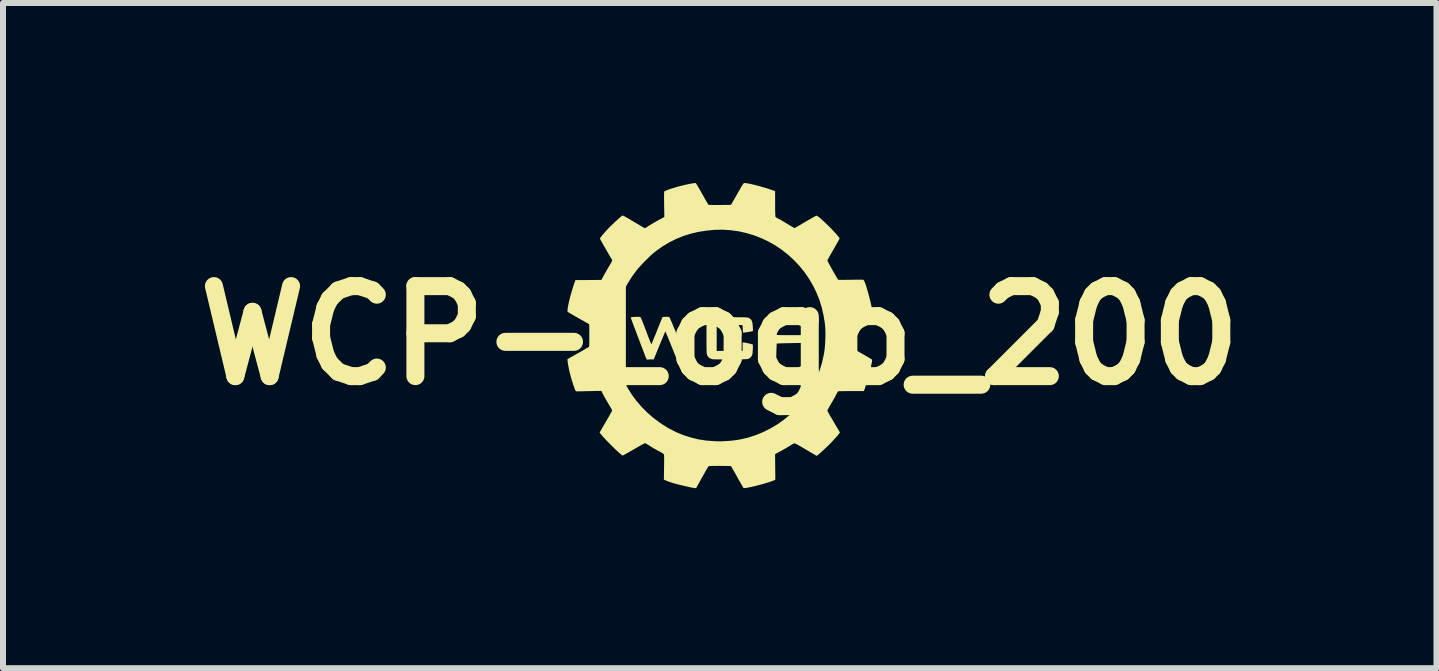
<source format=kicad_pcb>
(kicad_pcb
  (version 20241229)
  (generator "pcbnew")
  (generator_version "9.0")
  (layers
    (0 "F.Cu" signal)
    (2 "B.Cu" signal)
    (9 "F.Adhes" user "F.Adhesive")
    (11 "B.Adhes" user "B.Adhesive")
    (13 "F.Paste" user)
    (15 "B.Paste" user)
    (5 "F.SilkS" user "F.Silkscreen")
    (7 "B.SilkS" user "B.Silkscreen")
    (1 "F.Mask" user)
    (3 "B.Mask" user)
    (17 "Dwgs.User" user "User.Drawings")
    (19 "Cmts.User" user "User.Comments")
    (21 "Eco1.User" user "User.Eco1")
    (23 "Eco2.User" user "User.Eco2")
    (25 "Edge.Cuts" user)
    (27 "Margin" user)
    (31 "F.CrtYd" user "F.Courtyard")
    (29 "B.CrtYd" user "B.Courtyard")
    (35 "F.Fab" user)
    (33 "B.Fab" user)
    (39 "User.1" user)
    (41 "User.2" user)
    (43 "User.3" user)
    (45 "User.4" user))
  (footprint "WCP-Logo_200"
    (layer "F.Cu")
    (at 8.943 2.539)
    (property "Reference" "WCP-Logo_200" (at 0 0 0) (layer "F.SilkS") (effects (font (size 1.5 1.5) (thickness 0.3))))
    (attr board_only exclude_from_pos_files exclude_from_bom)
    (fp_poly (pts (xy 0.125 -0.304) (xy 0.178 -0.304) (xy 0.239 -0.304) (xy 0.291 -0.303) (xy 0.334 -0.303) (xy 0.37 -0.302) (xy 0.399 -0.302) (xy 0.422 -0.301) (xy 0.439 -0.3) (xy 0.453 -0.299) (xy 0.463 -0.298) (xy 0.471 -0.296) (xy 0.476 -0.295) (xy 0.48 -0.293) (xy 0.501 -0.282) (xy 0.518 -0.268) (xy 0.53 -0.251) (xy 0.539 -0.229) (xy 0.545 -0.2) (xy 0.549 -0.162) (xy 0.55 -0.152) (xy 0.552 -0.126) (xy 0.553 -0.103) (xy 0.553 -0.086) (xy 0.553 -0.076) (xy 0.552 -0.075) (xy 0.547 -0.072) (xy 0.534 -0.067) (xy 0.512 -0.063) (xy 0.48 -0.058) (xy 0.47 -0.056) (xy 0.443 -0.052) (xy 0.42 -0.049) (xy 0.401 -0.047) (xy 0.391 -0.047) (xy 0.388 -0.047) (xy 0.387 -0.052) (xy 0.386 -0.066) (xy 0.384 -0.086) (xy 0.383 -0.11) (xy 0.383 -0.111) (xy 0.379 -0.173) (xy 0.164 -0.173) (xy -0.051 -0.173) (xy -0.051 0.043) (xy -0.051 0.259) (xy 0.165 0.259) (xy 0.381 0.259) (xy 0.381 0.188) (xy 0.381 0.117) (xy 0.395 0.117) (xy 0.406 0.118) (xy 0.424 0.121) (xy 0.446 0.125) (xy 0.47 0.131) (xy 0.495 0.136) (xy 0.517 0.142) (xy 0.535 0.147) (xy 0.547 0.15) (xy 0.55 0.152) (xy 0.552 0.159) (xy 0.552 0.176) (xy 0.552 0.201) (xy 0.55 0.233) (xy 0.55 0.238) (xy 0.548 0.27) (xy 0.546 0.293) (xy 0.544 0.309) (xy 0.541 0.322) (xy 0.537 0.332) (xy 0.532 0.341) (xy 0.531 0.343) (xy 0.519 0.36) (xy 0.503 0.375) (xy 0.497 0.38) (xy 0.487 0.386) (xy 0.477 0.39) (xy 0.465 0.393) (xy 0.449 0.395) (xy 0.425 0.396) (xy 0.412 0.397) (xy 0.39 0.398) (xy 0.361 0.399) (xy 0.326 0.399) (xy 0.286 0.4) (xy 0.243 0.4) (xy 0.197 0.4) (xy 0.15 0.4) (xy 0.103 0.4) (xy 0.057 0.4) (xy 0.013 0.4) (xy -0.026 0.399) (xy -0.061 0.399) (xy -0.09 0.398) (xy -0.111 0.397) (xy -0.124 0.396) (xy -0.125 0.396) (xy -0.158 0.385) (xy -0.185 0.367) (xy -0.204 0.341) (xy -0.212 0.32) (xy -0.214 0.313) (xy -0.216 0.304) (xy -0.217 0.293) (xy -0.218 0.279) (xy -0.219 0.261) (xy -0.22 0.238) (xy -0.22 0.209) (xy -0.221 0.173) (xy -0.221 0.129) (xy -0.221 0.077) (xy -0.221 0.043) (xy -0.221 -0.014) (xy -0.221 -0.062) (xy -0.221 -0.102) (xy -0.22 -0.134) (xy -0.22 -0.16) (xy -0.219 -0.18) (xy -0.218 -0.195) (xy -0.217 -0.207) (xy -0.216 -0.216) (xy -0.214 -0.223) (xy -0.212 -0.23) (xy -0.212 -0.23) (xy -0.197 -0.256) (xy -0.174 -0.278) (xy -0.148 -0.294) (xy -0.13 -0.3) (xy -0.119 -0.301) (xy -0.101 -0.302) (xy -0.073 -0.303) (xy -0.038 -0.304) (xy 0.007 -0.304) (xy 0.061 -0.304)) (stroke (width 0) (type solid)) (fill yes) (layer "F.SilkS"))
    (fp_poly (pts (xy 0.894 -0.307) (xy 0.937 -0.307) (xy 0.986 -0.306) (xy 1.039 -0.306) (xy 1.096 -0.306) (xy 1.123 -0.305) (xy 1.46 -0.302) (xy 1.483 -0.29) (xy 1.5 -0.277) (xy 1.516 -0.261) (xy 1.521 -0.255) (xy 1.537 -0.233) (xy 1.538 -0.102) (xy 1.539 -0.058) (xy 1.539 -0.023) (xy 1.538 0.005) (xy 1.537 0.027) (xy 1.534 0.044) (xy 1.53 0.057) (xy 1.525 0.068) (xy 1.518 0.077) (xy 1.512 0.085) (xy 1.505 0.093) (xy 1.498 0.1) (xy 1.491 0.106) (xy 1.482 0.111) (xy 1.471 0.115) (xy 1.456 0.118) (xy 1.438 0.12) (xy 1.415 0.122) (xy 1.386 0.124) (xy 1.35 0.125) (xy 1.307 0.126) (xy 1.255 0.127) (xy 1.201 0.128) (xy 1.152 0.129) (xy 1.106 0.13) (xy 1.064 0.131) (xy 1.027 0.132) (xy 0.996 0.133) (xy 0.972 0.134) (xy 0.957 0.135) (xy 0.95 0.136) (xy 0.95 0.136) (xy 0.949 0.141) (xy 0.948 0.155) (xy 0.947 0.177) (xy 0.946 0.205) (xy 0.945 0.237) (xy 0.944 0.264) (xy 0.943 0.299) (xy 0.942 0.331) (xy 0.941 0.358) (xy 0.94 0.378) (xy 0.938 0.392) (xy 0.938 0.396) (xy 0.932 0.398) (xy 0.918 0.399) (xy 0.898 0.4) (xy 0.875 0.401) (xy 0.85 0.401) (xy 0.826 0.401) (xy 0.805 0.401) (xy 0.79 0.4) (xy 0.781 0.398) (xy 0.781 0.398) (xy 0.78 0.392) (xy 0.779 0.378) (xy 0.779 0.355) (xy 0.778 0.325) (xy 0.778 0.289) (xy 0.778 0.248) (xy 0.778 0.202) (xy 0.777 0.154) (xy 0.777 0.103) (xy 0.777 0.052) (xy 0.777 -0.000259) (xy 0.777 -0.051) (xy 0.778 -0.099) (xy 0.945 -0.099) (xy 0.945 -0.072) (xy 0.946 -0.047) (xy 0.946 -0.028) (xy 0.947 -0.016) (xy 0.948 -0.013) (xy 0.95 -0.011) (xy 0.954 -0.009) (xy 0.961 -0.008) (xy 0.972 -0.007) (xy 0.988 -0.006) (xy 1.01 -0.006) (xy 1.039 -0.005) (xy 1.075 -0.005) (xy 1.121 -0.005) (xy 1.151 -0.005) (xy 1.352 -0.005) (xy 1.364 -0.018) (xy 1.37 -0.023) (xy 1.373 -0.03) (xy 1.375 -0.039) (xy 1.376 -0.053) (xy 1.377 -0.073) (xy 1.377 -0.09) (xy 1.376 -0.12) (xy 1.375 -0.14) (xy 1.372 -0.154) (xy 1.366 -0.163) (xy 1.357 -0.169) (xy 1.344 -0.173) (xy 1.344 -0.173) (xy 1.334 -0.174) (xy 1.315 -0.175) (xy 1.289 -0.176) (xy 1.257 -0.177) (xy 1.219 -0.177) (xy 1.178 -0.178) (xy 1.134 -0.178) (xy 1.134 -0.178) (xy 0.945 -0.178) (xy 0.945 -0.099) (xy 0.778 -0.099) (xy 0.778 -0.1) (xy 0.778 -0.146) (xy 0.778 -0.188) (xy 0.779 -0.226) (xy 0.779 -0.257) (xy 0.78 -0.282) (xy 0.78 -0.298) (xy 0.781 -0.306) (xy 0.781 -0.306) (xy 0.787 -0.307) (xy 0.802 -0.307) (xy 0.825 -0.307) (xy 0.856 -0.307)) (stroke (width 0) (type solid)) (fill yes) (layer "F.SilkS"))
    (fp_poly (pts (xy -0.872 -0.31) (xy -0.856 -0.309) (xy -0.845 -0.306) (xy -0.839 -0.303) (xy -0.837 -0.301) (xy -0.834 -0.295) (xy -0.827 -0.28) (xy -0.817 -0.257) (xy -0.805 -0.229) (xy -0.79 -0.195) (xy -0.774 -0.156) (xy -0.757 -0.114) (xy -0.744 -0.084) (xy -0.723 -0.031) (xy -0.704 0.014) (xy -0.689 0.051) (xy -0.677 0.08) (xy -0.667 0.103) (xy -0.66 0.12) (xy -0.654 0.132) (xy -0.65 0.14) (xy -0.647 0.144) (xy -0.645 0.145) (xy -0.644 0.145) (xy -0.643 0.142) (xy -0.643 0.142) (xy -0.641 0.136) (xy -0.635 0.121) (xy -0.627 0.099) (xy -0.617 0.07) (xy -0.604 0.036) (xy -0.59 -0.003) (xy -0.574 -0.046) (xy -0.561 -0.081) (xy -0.545 -0.126) (xy -0.529 -0.167) (xy -0.515 -0.205) (xy -0.503 -0.238) (xy -0.493 -0.265) (xy -0.485 -0.285) (xy -0.48 -0.297) (xy -0.478 -0.301) (xy -0.472 -0.303) (xy -0.457 -0.305) (xy -0.438 -0.306) (xy -0.415 -0.308) (xy -0.392 -0.309) (xy -0.371 -0.309) (xy -0.354 -0.309) (xy -0.344 -0.308) (xy -0.344 -0.308) (xy -0.335 -0.304) (xy -0.333 -0.298) (xy -0.335 -0.291) (xy -0.339 -0.279) (xy -0.346 -0.258) (xy -0.356 -0.231) (xy -0.369 -0.198) (xy -0.383 -0.159) (xy -0.399 -0.117) (xy -0.417 -0.071) (xy -0.435 -0.023) (xy -0.454 0.027) (xy -0.473 0.077) (xy -0.493 0.126) (xy -0.511 0.174) (xy -0.529 0.22) (xy -0.546 0.262) (xy -0.561 0.3) (xy -0.574 0.333) (xy -0.585 0.36) (xy -0.593 0.38) (xy -0.599 0.392) (xy -0.6 0.395) (xy -0.608 0.398) (xy -0.623 0.4) (xy -0.643 0.401) (xy -0.664 0.402) (xy -0.685 0.401) (xy -0.702 0.399) (xy -0.713 0.396) (xy -0.715 0.395) (xy -0.718 0.389) (xy -0.724 0.375) (xy -0.734 0.353) (xy -0.745 0.325) (xy -0.759 0.291) (xy -0.774 0.254) (xy -0.791 0.213) (xy -0.799 0.193) (xy -0.816 0.15) (xy -0.833 0.108) (xy -0.849 0.069) (xy -0.863 0.034) (xy -0.875 0.005) (xy -0.885 -0.017) (xy -0.891 -0.032) (xy -0.892 -0.035) (xy -0.907 -0.068) (xy -1.004 0.165) (xy -1.1 0.399) (xy -1.159 0.4) (xy -1.217 0.402) (xy -1.224 0.388) (xy -1.227 0.379) (xy -1.234 0.362) (xy -1.244 0.338) (xy -1.255 0.307) (xy -1.269 0.271) (xy -1.285 0.23) (xy -1.302 0.186) (xy -1.32 0.139) (xy -1.338 0.091) (xy -1.357 0.041) (xy -1.376 -0.008) (xy -1.394 -0.057) (xy -1.411 -0.103) (xy -1.428 -0.147) (xy -1.443 -0.187) (xy -1.456 -0.222) (xy -1.467 -0.251) (xy -1.475 -0.274) (xy -1.481 -0.29) (xy -1.483 -0.297) (xy -1.483 -0.297) (xy -1.479 -0.301) (xy -1.465 -0.304) (xy -1.444 -0.307) (xy -1.418 -0.309) (xy -1.387 -0.31) (xy -1.367 -0.31) (xy -1.346 -0.31) (xy -1.333 -0.308) (xy -1.324 -0.305) (xy -1.318 -0.299) (xy -1.318 -0.298) (xy -1.313 -0.291) (xy -1.306 -0.275) (xy -1.296 -0.252) (xy -1.285 -0.224) (xy -1.272 -0.191) (xy -1.257 -0.154) (xy -1.25 -0.135) (xy -1.227 -0.075) (xy -1.208 -0.023) (xy -1.192 0.02) (xy -1.178 0.055) (xy -1.167 0.083) (xy -1.158 0.106) (xy -1.151 0.122) (xy -1.146 0.133) (xy -1.142 0.141) (xy -1.14 0.144) (xy -1.138 0.144) (xy -1.138 0.144) (xy -1.135 0.139) (xy -1.129 0.125) (xy -1.12 0.103) (xy -1.109 0.075) (xy -1.095 0.041) (xy -1.079 0.003) (xy -1.062 -0.039) (xy -1.046 -0.079) (xy -1.029 -0.123) (xy -1.012 -0.165) (xy -0.996 -0.203) (xy -0.982 -0.237) (xy -0.971 -0.264) (xy -0.962 -0.285) (xy -0.956 -0.299) (xy -0.954 -0.304) (xy -0.946 -0.307) (xy -0.929 -0.309) (xy -0.903 -0.31) (xy -0.897 -0.31)) (stroke (width 0) (type solid)) (fill yes) (layer "F.SilkS"))
    (fp_poly (pts (xy 0.425 -2.539) (xy 0.449 -2.536) (xy 0.48 -2.53) (xy 0.518 -2.523) (xy 0.56 -2.513) (xy 0.605 -2.502) (xy 0.653 -2.49) (xy 0.701 -2.476) (xy 0.749 -2.462) (xy 0.795 -2.448) (xy 0.813 -2.442) (xy 0.922 -2.405) (xy 0.923 -2.193) (xy 0.923 -2.138) (xy 0.923 -2.092) (xy 0.924 -2.055) (xy 0.925 -2.026) (xy 0.926 -2.004) (xy 0.927 -1.988) (xy 0.928 -1.978) (xy 0.93 -1.974) (xy 0.93 -1.973) (xy 0.937 -1.968) (xy 0.951 -1.959) (xy 0.969 -1.949) (xy 0.986 -1.94) (xy 1.006 -1.93) (xy 1.031 -1.915) (xy 1.062 -1.897) (xy 1.094 -1.878) (xy 1.127 -1.858) (xy 1.139 -1.851) (xy 1.168 -1.833) (xy 1.194 -1.818) (xy 1.216 -1.805) (xy 1.233 -1.795) (xy 1.243 -1.789) (xy 1.246 -1.788) (xy 1.251 -1.791) (xy 1.264 -1.798) (xy 1.284 -1.809) (xy 1.309 -1.824) (xy 1.34 -1.841) (xy 1.374 -1.862) (xy 1.412 -1.884) (xy 1.424 -1.891) (xy 1.462 -1.913) (xy 1.498 -1.934) (xy 1.531 -1.953) (xy 1.559 -1.969) (xy 1.582 -1.982) (xy 1.599 -1.991) (xy 1.608 -1.995) (xy 1.609 -1.995) (xy 1.616 -1.995) (xy 1.626 -1.99) (xy 1.64 -1.981) (xy 1.658 -1.967) (xy 1.681 -1.947) (xy 1.71 -1.921) (xy 1.745 -1.889) (xy 1.759 -1.876) (xy 1.791 -1.845) (xy 1.824 -1.813) (xy 1.856 -1.78) (xy 1.887 -1.748) (xy 1.916 -1.717) (xy 1.941 -1.689) (xy 1.963 -1.664) (xy 1.98 -1.643) (xy 1.991 -1.627) (xy 1.996 -1.617) (xy 1.996 -1.616) (xy 1.994 -1.609) (xy 1.987 -1.595) (xy 1.976 -1.574) (xy 1.961 -1.547) (xy 1.943 -1.516) (xy 1.923 -1.481) (xy 1.901 -1.443) (xy 1.895 -1.432) (xy 1.872 -1.393) (xy 1.852 -1.357) (xy 1.833 -1.324) (xy 1.818 -1.296) (xy 1.806 -1.273) (xy 1.797 -1.257) (xy 1.793 -1.248) (xy 1.793 -1.247) (xy 1.796 -1.241) (xy 1.803 -1.227) (xy 1.813 -1.207) (xy 1.827 -1.182) (xy 1.843 -1.152) (xy 1.86 -1.121) (xy 1.878 -1.088) (xy 1.897 -1.055) (xy 1.915 -1.024) (xy 1.932 -0.995) (xy 1.947 -0.969) (xy 1.959 -0.949) (xy 1.968 -0.935) (xy 1.973 -0.928) (xy 1.973 -0.928) (xy 1.979 -0.927) (xy 1.994 -0.927) (xy 2.017 -0.926) (xy 2.047 -0.926) (xy 2.083 -0.926) (xy 2.123 -0.927) (xy 2.167 -0.927) (xy 2.18 -0.927) (xy 2.224 -0.928) (xy 2.266 -0.929) (xy 2.304 -0.929) (xy 2.336 -0.929) (xy 2.362 -0.929) (xy 2.381 -0.928) (xy 2.391 -0.928) (xy 2.392 -0.927) (xy 2.399 -0.92) (xy 2.409 -0.904) (xy 2.42 -0.878) (xy 2.433 -0.844) (xy 2.446 -0.801) (xy 2.461 -0.751) (xy 2.477 -0.693) (xy 2.494 -0.629) (xy 2.5 -0.607) (xy 2.513 -0.553) (xy 2.523 -0.509) (xy 2.531 -0.472) (xy 2.536 -0.443) (xy 2.538 -0.422) (xy 2.539 -0.406) (xy 2.537 -0.397) (xy 2.535 -0.394) (xy 2.529 -0.39) (xy 2.515 -0.382) (xy 2.494 -0.37) (xy 2.468 -0.354) (xy 2.436 -0.336) (xy 2.401 -0.316) (xy 2.363 -0.294) (xy 2.355 -0.29) (xy 2.316 -0.268) (xy 2.281 -0.247) (xy 2.249 -0.229) (xy 2.222 -0.213) (xy 2.2 -0.2) (xy 2.186 -0.191) (xy 2.179 -0.187) (xy 2.178 -0.186) (xy 2.177 -0.18) (xy 2.177 -0.165) (xy 2.176 -0.142) (xy 2.176 -0.112) (xy 2.175 -0.077) (xy 2.175 -0.037) (xy 2.176 0.006) (xy 2.176 0.007) (xy 2.177 0.194) (xy 2.355 0.295) (xy 2.393 0.317) (xy 2.43 0.338) (xy 2.462 0.357) (xy 2.49 0.373) (xy 2.512 0.387) (xy 2.528 0.397) (xy 2.536 0.402) (xy 2.537 0.403) (xy 2.538 0.411) (xy 2.537 0.429) (xy 2.533 0.454) (xy 2.527 0.486) (xy 2.519 0.525) (xy 2.509 0.568) (xy 2.499 0.614) (xy 2.493 0.634) (xy 2.486 0.661) (xy 2.477 0.693) (xy 2.467 0.728) (xy 2.456 0.764) (xy 2.445 0.799) (xy 2.434 0.833) (xy 2.424 0.863) (xy 2.416 0.888) (xy 2.41 0.906) (xy 2.406 0.914) (xy 2.4 0.927) (xy 2.192 0.927) (xy 2.147 0.927) (xy 2.104 0.928) (xy 2.066 0.928) (xy 2.033 0.929) (xy 2.007 0.929) (xy 1.987 0.93) (xy 1.977 0.931) (xy 1.975 0.931) (xy 1.97 0.936) (xy 1.961 0.949) (xy 1.95 0.968) (xy 1.938 0.99) (xy 1.935 0.995) (xy 1.923 1.02) (xy 1.906 1.05) (xy 1.887 1.084) (xy 1.867 1.118) (xy 1.849 1.149) (xy 1.832 1.177) (xy 1.818 1.203) (xy 1.806 1.225) (xy 1.797 1.241) (xy 1.793 1.251) (xy 1.793 1.252) (xy 1.795 1.257) (xy 1.799 1.266) (xy 1.806 1.28) (xy 1.816 1.299) (xy 1.83 1.324) (xy 1.848 1.355) (xy 1.871 1.393) (xy 1.897 1.438) (xy 1.928 1.49) (xy 1.964 1.551) (xy 1.98 1.578) (xy 1.99 1.595) (xy 1.998 1.609) (xy 2.001 1.617) (xy 2.002 1.618) (xy 1.998 1.625) (xy 1.989 1.637) (xy 1.974 1.655) (xy 1.955 1.678) (xy 1.932 1.704) (xy 1.906 1.732) (xy 1.879 1.762) (xy 1.866 1.776) (xy 1.836 1.807) (xy 1.801 1.842) (xy 1.762 1.879) (xy 1.723 1.915) (xy 1.685 1.949) (xy 1.652 1.978) (xy 1.645 1.984) (xy 1.616 2.007) (xy 1.536 1.961) (xy 1.505 1.943) (xy 1.469 1.921) (xy 1.43 1.899) (xy 1.392 1.876) (xy 1.358 1.856) (xy 1.324 1.836) (xy 1.295 1.82) (xy 1.271 1.808) (xy 1.255 1.801) (xy 1.247 1.798) (xy 1.236 1.801) (xy 1.219 1.809) (xy 1.196 1.822) (xy 1.168 1.839) (xy 1.167 1.84) (xy 1.1 1.88) (xy 1.032 1.919) (xy 0.967 1.954) (xy 0.957 1.959) (xy 0.922 1.978) (xy 0.924 2.19) (xy 0.926 2.402) (xy 0.914 2.41) (xy 0.9 2.417) (xy 0.877 2.426) (xy 0.847 2.436) (xy 0.812 2.448) (xy 0.771 2.46) (xy 0.728 2.473) (xy 0.682 2.486) (xy 0.636 2.498) (xy 0.591 2.509) (xy 0.548 2.52) (xy 0.509 2.528) (xy 0.474 2.535) (xy 0.457 2.538) (xy 0.432 2.542) (xy 0.416 2.544) (xy 0.405 2.544) (xy 0.398 2.543) (xy 0.394 2.54) (xy 0.39 2.534) (xy 0.382 2.52) (xy 0.37 2.499) (xy 0.355 2.473) (xy 0.337 2.441) (xy 0.317 2.406) (xy 0.295 2.368) (xy 0.29 2.357) (xy 0.268 2.318) (xy 0.248 2.283) (xy 0.229 2.25) (xy 0.213 2.223) (xy 0.201 2.201) (xy 0.192 2.186) (xy 0.187 2.179) (xy 0.186 2.178) (xy 0.18 2.177) (xy 0.165 2.177) (xy 0.143 2.176) (xy 0.114 2.175) (xy 0.082 2.175) (xy 0.046 2.175) (xy 0.008 2.174) (xy -0.029 2.174) (xy -0.066 2.175) (xy -0.1 2.175) (xy -0.129 2.175) (xy -0.154 2.176) (xy -0.171 2.176) (xy -0.18 2.177) (xy -0.181 2.177) (xy -0.185 2.181) (xy -0.193 2.19) (xy -0.203 2.206) (xy -0.217 2.229) (xy -0.235 2.259) (xy -0.256 2.298) (xy -0.282 2.344) (xy -0.293 2.362) (xy -0.394 2.545) (xy -0.411 2.544) (xy -0.422 2.543) (xy -0.44 2.54) (xy -0.465 2.536) (xy -0.494 2.53) (xy -0.525 2.523) (xy -0.528 2.522) (xy -0.612 2.503) (xy -0.686 2.485) (xy -0.751 2.468) (xy -0.807 2.451) (xy -0.856 2.434) (xy -0.897 2.418) (xy -0.902 2.416) (xy -0.931 2.403) (xy -0.928 2.198) (xy -0.927 2.144) (xy -0.927 2.1) (xy -0.926 2.064) (xy -0.927 2.035) (xy -0.927 2.014) (xy -0.928 1.998) (xy -0.929 1.988) (xy -0.931 1.982) (xy -0.931 1.981) (xy -0.939 1.973) (xy -0.956 1.961) (xy -0.982 1.946) (xy -1.013 1.929) (xy -1.047 1.911) (xy -1.084 1.89) (xy -1.122 1.868) (xy -1.155 1.847) (xy -1.162 1.843) (xy -1.186 1.828) (xy -1.208 1.815) (xy -1.226 1.804) (xy -1.238 1.797) (xy -1.242 1.795) (xy -1.248 1.797) (xy -1.263 1.804) (xy -1.285 1.815) (xy -1.314 1.831) (xy -1.35 1.851) (xy -1.392 1.875) (xy -1.429 1.897) (xy -1.468 1.919) (xy -1.505 1.94) (xy -1.538 1.959) (xy -1.567 1.975) (xy -1.59 1.988) (xy -1.607 1.997) (xy -1.616 2.001) (xy -1.617 2.002) (xy -1.625 1.998) (xy -1.639 1.988) (xy -1.658 1.972) (xy -1.681 1.952) (xy -1.708 1.927) (xy -1.738 1.899) (xy -1.769 1.869) (xy -1.802 1.837) (xy -1.835 1.804) (xy -1.866 1.772) (xy -1.897 1.74) (xy -1.924 1.71) (xy -1.936 1.697) (xy -1.956 1.675) (xy -1.974 1.654) (xy -1.988 1.637) (xy -1.998 1.626) (xy -2.001 1.62) (xy -2.002 1.62) (xy -1.999 1.615) (xy -1.992 1.601) (xy -1.981 1.582) (xy -1.966 1.556) (xy -1.948 1.525) (xy -1.928 1.49) (xy -1.906 1.453) (xy -1.897 1.438) (xy -1.875 1.399) (xy -1.854 1.363) (xy -1.835 1.33) (xy -1.819 1.301) (xy -1.806 1.278) (xy -1.798 1.261) (xy -1.794 1.251) (xy -1.793 1.25) (xy -1.796 1.242) (xy -1.803 1.227) (xy -1.814 1.207) (xy -1.828 1.184) (xy -1.838 1.167) (xy -1.857 1.136) (xy -1.877 1.102) (xy -1.897 1.067) (xy -1.917 1.033) (xy -1.934 1.001) (xy -1.949 0.973) (xy -1.959 0.951) (xy -1.963 0.943) (xy -1.971 0.925) (xy -2.015 0.925) (xy -2.032 0.925) (xy -2.056 0.925) (xy -2.088 0.926) (xy -2.125 0.927) (xy -2.165 0.928) (xy -2.207 0.929) (xy -2.225 0.929) (xy -2.265 0.93) (xy -2.302 0.931) (xy -2.334 0.932) (xy -2.361 0.932) (xy -2.381 0.932) (xy -2.393 0.932) (xy -2.396 0.931) (xy -2.401 0.925) (xy -2.409 0.91) (xy -2.418 0.888) (xy -2.428 0.859) (xy -2.44 0.826) (xy -2.452 0.788) (xy -2.465 0.748) (xy -2.477 0.706) (xy -2.488 0.664) (xy -2.495 0.641) (xy -2.502 0.609) (xy -2.51 0.576) (xy -2.517 0.541) (xy -2.523 0.507) (xy -2.529 0.475) (xy -2.533 0.446) (xy -2.536 0.423) (xy -2.538 0.406) (xy -2.537 0.397) (xy -2.537 0.396) (xy -2.531 0.393) (xy -2.518 0.385) (xy -2.498 0.373) (xy -2.472 0.358) (xy -2.441 0.341) (xy -2.407 0.321) (xy -2.369 0.3) (xy -2.36 0.295) (xy -2.321 0.273) (xy -2.285 0.253) (xy -2.253 0.234) (xy -2.226 0.218) (xy -2.204 0.205) (xy -2.188 0.196) (xy -2.181 0.191) (xy -2.18 0.191) (xy -2.178 0.187) (xy -2.177 0.18) (xy -2.176 0.168) (xy -2.175 0.15) (xy -2.174 0.126) (xy -2.174 0.094) (xy -2.174 0.054) (xy -2.174 0.005) (xy -2.174 0.005) (xy -1.762 0.005) (xy -1.756 0.141) (xy -1.743 0.264) (xy -1.719 0.395) (xy -1.686 0.522) (xy -1.644 0.645) (xy -1.593 0.764) (xy -1.533 0.878) (xy -1.465 0.988) (xy -1.387 1.092) (xy -1.301 1.192) (xy -1.207 1.286) (xy -1.105 1.375) (xy -0.995 1.457) (xy -0.956 1.483) (xy -0.844 1.552) (xy -0.728 1.611) (xy -0.609 1.66) (xy -0.486 1.7) (xy -0.361 1.731) (xy -0.232 1.751) (xy -0.1 1.762) (xy -0.094 1.762) (xy -0.063 1.764) (xy -0.034 1.764) (xy -0.008 1.765) (xy 0.012 1.765) (xy 0.018 1.764) (xy 0.035 1.764) (xy 0.059 1.763) (xy 0.087 1.761) (xy 0.112 1.76) (xy 0.194 1.754) (xy 0.282 1.743) (xy 0.37 1.727) (xy 0.456 1.707) (xy 0.483 1.699) (xy 0.609 1.658) (xy 0.731 1.607) (xy 0.848 1.548) (xy 0.96 1.482) (xy 1.065 1.407) (xy 1.165 1.326) (xy 1.258 1.237) (xy 1.345 1.142) (xy 1.424 1.041) (xy 1.496 0.934) (xy 1.56 0.822) (xy 1.616 0.705) (xy 1.664 0.584) (xy 1.703 0.458) (xy 1.732 0.329) (xy 1.74 0.287) (xy 1.749 0.22) (xy 1.755 0.147) (xy 1.759 0.07) (xy 1.761 -0.007) (xy 1.76 -0.083) (xy 1.756 -0.154) (xy 1.751 -0.203) (xy 1.729 -0.337) (xy 1.699 -0.468) (xy 1.659 -0.595) (xy 1.61 -0.717) (xy 1.552 -0.835) (xy 1.485 -0.949) (xy 1.41 -1.057) (xy 1.327 -1.159) (xy 1.235 -1.256) (xy 1.136 -1.346) (xy 1.031 -1.429) (xy 0.922 -1.502) (xy 0.809 -1.566) (xy 0.691 -1.621) (xy 0.57 -1.668) (xy 0.446 -1.705) (xy 0.319 -1.734) (xy 0.191 -1.752) (xy 0.062 -1.761) (xy -0.067 -1.76) (xy -0.094 -1.758) (xy -0.231 -1.745) (xy -0.362 -1.724) (xy -0.487 -1.694) (xy -0.608 -1.656) (xy -0.724 -1.609) (xy -0.837 -1.553) (xy -0.946 -1.488) (xy -1.052 -1.413) (xy -1.09 -1.384) (xy -1.119 -1.359) (xy -1.153 -1.329) (xy -1.19 -1.293) (xy -1.229 -1.255) (xy -1.268 -1.216) (xy -1.305 -1.177) (xy -1.339 -1.14) (xy -1.367 -1.107) (xy -1.38 -1.092) (xy -1.461 -0.983) (xy -1.532 -0.87) (xy -1.594 -0.754) (xy -1.646 -0.635) (xy -1.689 -0.513) (xy -1.722 -0.388) (xy -1.745 -0.26) (xy -1.759 -0.129) (xy -1.762 0.005) (xy -2.174 0.005) (xy -2.174 -0.000171) (xy -2.174 -0.042) (xy -2.174 -0.081) (xy -2.174 -0.116) (xy -2.175 -0.145) (xy -2.175 -0.167) (xy -2.176 -0.181) (xy -2.176 -0.186) (xy -2.181 -0.189) (xy -2.193 -0.197) (xy -2.213 -0.208) (xy -2.238 -0.222) (xy -2.268 -0.239) (xy -2.301 -0.258) (xy -2.325 -0.271) (xy -2.362 -0.292) (xy -2.397 -0.312) (xy -2.43 -0.331) (xy -2.459 -0.348) (xy -2.482 -0.361) (xy -2.499 -0.371) (xy -2.504 -0.374) (xy -2.537 -0.395) (xy -2.536 -0.425) (xy -2.534 -0.45) (xy -2.529 -0.483) (xy -2.521 -0.522) (xy -2.511 -0.567) (xy -2.499 -0.616) (xy -2.486 -0.667) (xy -2.471 -0.718) (xy -2.456 -0.769) (xy -2.441 -0.818) (xy -2.427 -0.859) (xy -2.405 -0.922) (xy -2.188 -0.923) (xy -1.972 -0.925) (xy -1.939 -0.987) (xy -1.926 -1.011) (xy -1.909 -1.041) (xy -1.89 -1.074) (xy -1.87 -1.109) (xy -1.85 -1.143) (xy -1.847 -1.148) (xy -1.826 -1.183) (xy -1.811 -1.209) (xy -1.8 -1.229) (xy -1.794 -1.243) (xy -1.791 -1.252) (xy -1.792 -1.255) (xy -1.808 -1.282) (xy -1.827 -1.314) (xy -1.847 -1.348) (xy -1.868 -1.384) (xy -1.889 -1.421) (xy -1.91 -1.458) (xy -1.931 -1.493) (xy -1.949 -1.526) (xy -1.965 -1.555) (xy -1.979 -1.579) (xy -1.989 -1.598) (xy -1.995 -1.61) (xy -1.996 -1.614) (xy -1.993 -1.622) (xy -1.983 -1.636) (xy -1.968 -1.656) (xy -1.949 -1.679) (xy -1.926 -1.706) (xy -1.9 -1.736) (xy -1.872 -1.766) (xy -1.846 -1.794) (xy -1.826 -1.814) (xy -1.802 -1.837) (xy -1.775 -1.862) (xy -1.748 -1.889) (xy -1.72 -1.914) (xy -1.693 -1.939) (xy -1.669 -1.96) (xy -1.648 -1.978) (xy -1.633 -1.99) (xy -1.627 -1.995) (xy -1.624 -1.997) (xy -1.619 -1.997) (xy -1.613 -1.996) (xy -1.604 -1.993) (xy -1.591 -1.986) (xy -1.574 -1.977) (xy -1.551 -1.964) (xy -1.521 -1.947) (xy -1.484 -1.925) (xy -1.48 -1.922) (xy -1.444 -1.901) (xy -1.408 -1.88) (xy -1.374 -1.86) (xy -1.344 -1.842) (xy -1.32 -1.828) (xy -1.302 -1.817) (xy -1.299 -1.815) (xy -1.28 -1.804) (xy -1.263 -1.795) (xy -1.251 -1.789) (xy -1.247 -1.788) (xy -1.239 -1.791) (xy -1.226 -1.798) (xy -1.21 -1.808) (xy -1.209 -1.808) (xy -1.177 -1.83) (xy -1.137 -1.854) (xy -1.094 -1.88) (xy -1.05 -1.905) (xy -1.008 -1.928) (xy -0.991 -1.937) (xy -0.923 -1.973) (xy -0.927 -2.181) (xy -0.927 -2.227) (xy -0.928 -2.269) (xy -0.928 -2.308) (xy -0.928 -2.34) (xy -0.927 -2.367) (xy -0.927 -2.385) (xy -0.926 -2.395) (xy -0.926 -2.397) (xy -0.917 -2.403) (xy -0.901 -2.411) (xy -0.876 -2.421) (xy -0.846 -2.433) (xy -0.81 -2.445) (xy -0.77 -2.457) (xy -0.727 -2.47) (xy -0.683 -2.483) (xy -0.638 -2.494) (xy -0.62 -2.499) (xy -0.584 -2.507) (xy -0.548 -2.515) (xy -0.513 -2.523) (xy -0.479 -2.529) (xy -0.45 -2.534) (xy -0.426 -2.537) (xy -0.409 -2.539) (xy -0.4 -2.539) (xy -0.4 -2.539) (xy -0.396 -2.534) (xy -0.388 -2.521) (xy -0.375 -2.501) (xy -0.36 -2.475) (xy -0.342 -2.444) (xy -0.322 -2.41) (xy -0.301 -2.372) (xy -0.295 -2.361) (xy -0.273 -2.323) (xy -0.253 -2.287) (xy -0.234 -2.254) (xy -0.218 -2.226) (xy -0.205 -2.204) (xy -0.196 -2.188) (xy -0.191 -2.18) (xy -0.19 -2.18) (xy -0.187 -2.178) (xy -0.18 -2.176) (xy -0.17 -2.175) (xy -0.154 -2.174) (xy -0.132 -2.174) (xy -0.103 -2.173) (xy -0.066 -2.173) (xy -0.02 -2.173) (xy 0.000491 -2.173) (xy 0.043 -2.174) (xy 0.082 -2.174) (xy 0.116 -2.174) (xy 0.145 -2.175) (xy 0.168 -2.176) (xy 0.182 -2.176) (xy 0.187 -2.177) (xy 0.19 -2.182) (xy 0.198 -2.195) (xy 0.21 -2.215) (xy 0.224 -2.24) (xy 0.242 -2.271) (xy 0.262 -2.306) (xy 0.284 -2.344) (xy 0.292 -2.359) (xy 0.318 -2.403) (xy 0.339 -2.44) (xy 0.356 -2.469) (xy 0.369 -2.492) (xy 0.38 -2.509) (xy 0.389 -2.522) (xy 0.395 -2.53) (xy 0.4 -2.535) (xy 0.404 -2.538) (xy 0.408 -2.539) (xy 0.409 -2.539)) (stroke (width 0) (type solid)) (fill yes) (layer "F.SilkS")))
  (gr_rect
    (start -3 -3)
    (end 20.886 8.084)
    (stroke (width 0.1) (type default))
    (fill no)
    (layer "Edge.Cuts")))
</source>
